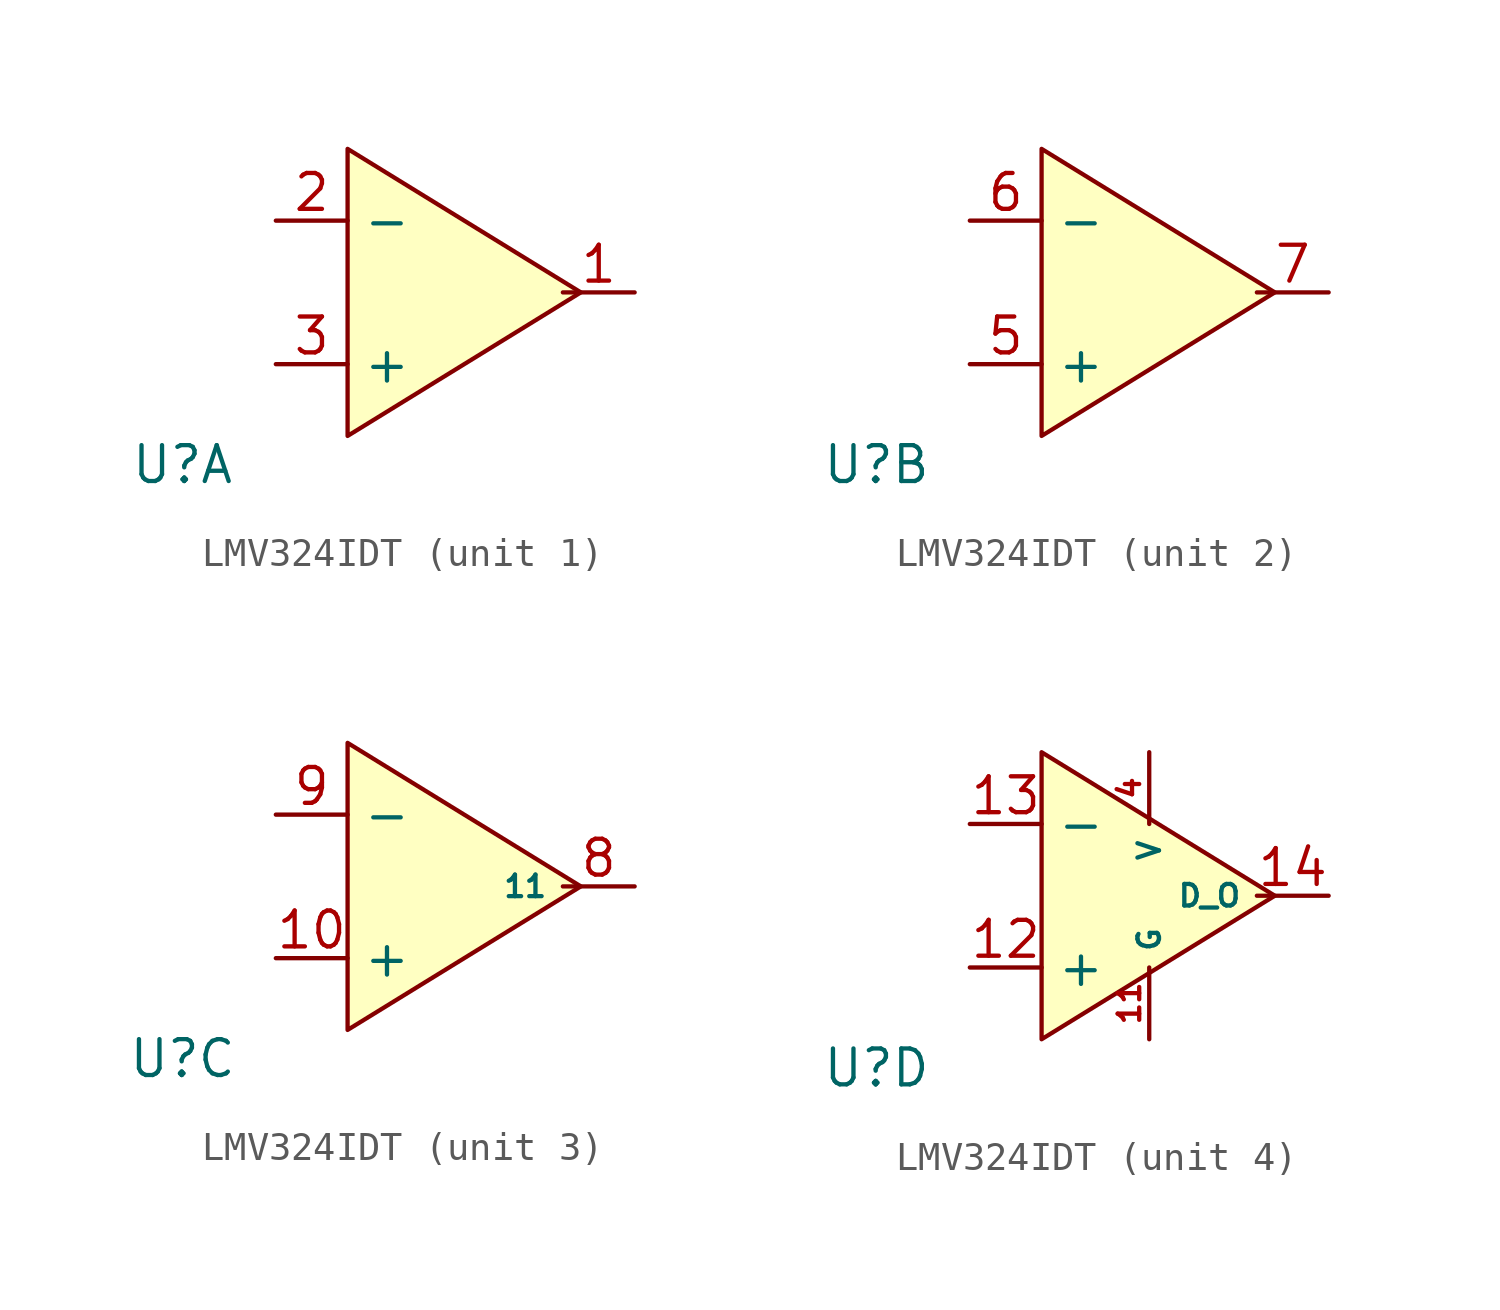
<source format=kicad_sym>
(kicad_symbol_lib
  (version 20231120)
  (generator "kicad_symbol_editor")
  (generator_version "8.0")
  (symbol "LMV324IDT"
    (property "Reference" "U"
      (at -5.842 -11.176 0)
      (effects (font (size 1.27 1.27))))
    (property "Value" ""
      (at 0 -10.16 0)
      (effects (font (size 1.27 1.27))))
    (symbol "LMV324IDT_0_1"
      (polyline (pts (xy 0 0) (xy 8.255 -5.08) (xy 0 -10.16) (xy 0 0)) (stroke (width 0.152) (type default)) (fill (type background))))
    (symbol "LMV324IDT_1_1"
      (pin output line (at 10.16 -5.08 180) (length 2.54) (name "" (effects (font (size 0.762 0.762)))) (number "1" (effects (font (size 1.27 1.27)))))
      (pin input line (at -2.54 -2.54 0) (length 2.54) (name "-" (effects (font (size 1.27 1.27)))) (number "2" (effects (font (size 1.27 1.27)))))
      (pin input line (at -2.54 -7.62 0) (length 2.54) (name "+" (effects (font (size 1.27 1.27)))) (number "3" (effects (font (size 1.27 1.27))))))
    (symbol "LMV324IDT_2_1"
      (pin input line (at -2.54 -7.62 0) (length 2.54) (name "+" (effects (font (size 1.27 1.27)))) (number "5" (effects (font (size 1.27 1.27)))))
      (pin input line (at -2.54 -2.54 0) (length 2.54) (name "-" (effects (font (size 1.27 1.27)))) (number "6" (effects (font (size 1.27 1.27)))))
      (pin output line (at 10.16 -5.08 180) (length 2.54) (name "" (effects (font (size 0.762 0.762)))) (number "7" (effects (font (size 1.27 1.27))))))
    (symbol "LMV324IDT_3_1"
      (pin input line (at -2.54 -7.62 0) (length 2.54) (name "+" (effects (font (size 1.27 1.27)))) (number "10" (effects (font (size 1.27 1.27)))))
      (pin output line (at 10.16 -5.08 180) (length 2.54) (name "11" (effects (font (size 0.762 0.762)))) (number "8" (effects (font (size 1.27 1.27)))))
      (pin input line (at -2.54 -2.54 0) (length 2.54) (name "-" (effects (font (size 1.27 1.27)))) (number "9" (effects (font (size 1.27 1.27))))))
    (symbol "LMV324IDT_4_1"
      (pin input line (at 3.81 -10.16 90) (length 2.54) (name "G" (effects (font (size 0.762 0.762)))) (number "11" (effects (font (size 0.762 0.762)))))
      (pin input line (at -2.54 -7.62 0) (length 2.54) (name "+" (effects (font (size 1.27 1.27)))) (number "12" (effects (font (size 1.27 1.27)))))
      (pin input line (at -2.54 -2.54 0) (length 2.54) (name "-" (effects (font (size 1.27 1.27)))) (number "13" (effects (font (size 1.27 1.27)))))
      (pin output line (at 10.16 -5.08 180) (length 2.54) (name "D_O" (effects (font (size 0.762 0.762)))) (number "14" (effects (font (size 1.27 1.27)))))
      (pin input line (at 3.81 0 270) (length 2.54) (name "V" (effects (font (size 0.762 0.762)))) (number "4" (effects (font (size 0.762 0.762))))))))
</source>
